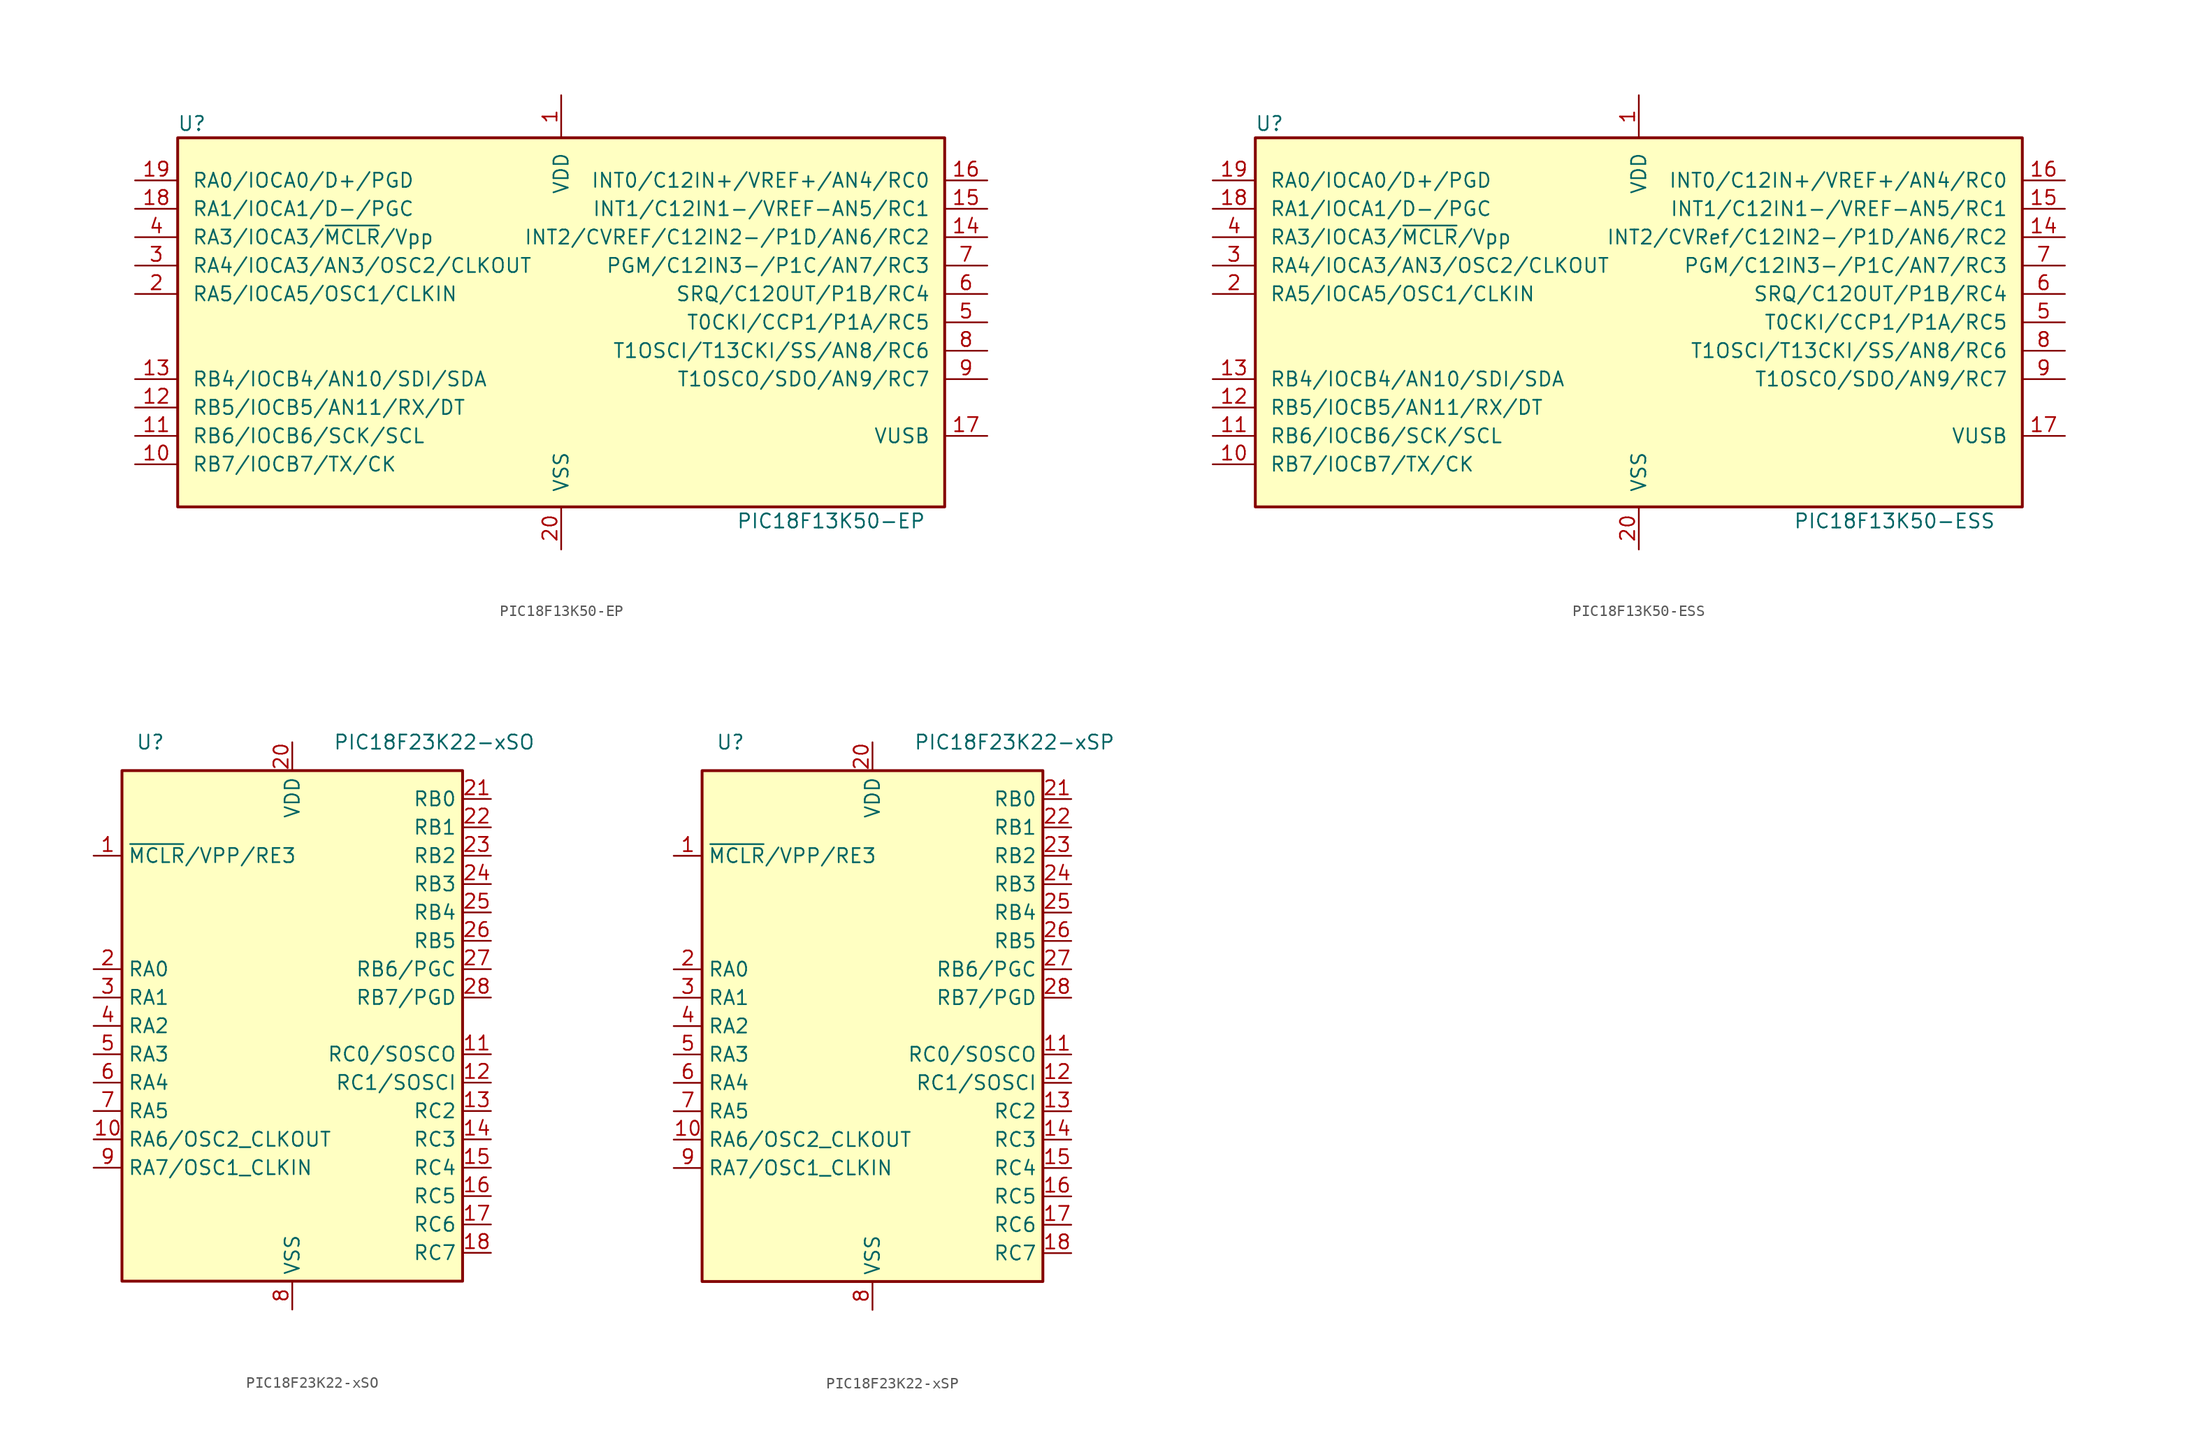
<source format=kicad_sym>
(kicad_symbol_lib
  (version 20241209)
  (generator "kicad_symbol_editor")
  (generator_version "9.0")
  (symbol "PIC18F13K50-EP"
    (pin_names
      (offset 1.27))
    (property "Reference" "U"
      (at -33.02 17.78 0)
      (effects (font (size 1.27 1.27))))
    (property "Value" "PIC18F13K50-EP"
      (at 24.13 -17.78 0)
      (effects (font (size 1.27 1.27))))
    (symbol "PIC18F13K50-EP_0_1"
      (rectangle (start -34.29 16.51) (end 34.29 -16.51) (stroke (width 0.254) (type default)) (fill (type background))))
    (symbol "PIC18F13K50-EP_1_1"
      (pin bidirectional line (at -38.1 12.7 0) (length 3.81) (name "RA0/IOCA0/D+/PGD" (effects (font (size 1.27 1.27)))) (number "19" (effects (font (size 1.27 1.27)))))
      (pin bidirectional line (at -38.1 10.16 0) (length 3.81) (name "RA1/IOCA1/D-/PGC" (effects (font (size 1.27 1.27)))) (number "18" (effects (font (size 1.27 1.27)))))
      (pin input line (at -38.1 7.62 0) (length 3.81) (name "RA3/IOCA3/~{MCLR}/Vpp" (effects (font (size 1.27 1.27)))) (number "4" (effects (font (size 1.27 1.27)))))
      (pin bidirectional line (at -38.1 5.08 0) (length 3.81) (name "RA4/IOCA3/AN3/OSC2/CLKOUT" (effects (font (size 1.27 1.27)))) (number "3" (effects (font (size 1.27 1.27)))))
      (pin bidirectional line (at -38.1 2.54 0) (length 3.81) (name "RA5/IOCA5/OSC1/CLKIN" (effects (font (size 1.27 1.27)))) (number "2" (effects (font (size 1.27 1.27)))))
      (pin bidirectional line (at -38.1 -5.08 0) (length 3.81) (name "RB4/IOCB4/AN10/SDI/SDA" (effects (font (size 1.27 1.27)))) (number "13" (effects (font (size 1.27 1.27)))))
      (pin bidirectional line (at -38.1 -7.62 0) (length 3.81) (name "RB5/IOCB5/AN11/RX/DT" (effects (font (size 1.27 1.27)))) (number "12" (effects (font (size 1.27 1.27)))))
      (pin bidirectional line (at -38.1 -10.16 0) (length 3.81) (name "RB6/IOCB6/SCK/SCL" (effects (font (size 1.27 1.27)))) (number "11" (effects (font (size 1.27 1.27)))))
      (pin bidirectional line (at -38.1 -12.7 0) (length 3.81) (name "RB7/IOCB7/TX/CK" (effects (font (size 1.27 1.27)))) (number "10" (effects (font (size 1.27 1.27)))))
      (pin power_in line (at 0 20.32 270) (length 3.81) (name "VDD" (effects (font (size 1.27 1.27)))) (number "1" (effects (font (size 1.27 1.27)))))
      (pin power_in line (at 0 -20.32 90) (length 3.81) (name "VSS" (effects (font (size 1.27 1.27)))) (number "20" (effects (font (size 1.27 1.27)))))
      (pin bidirectional line (at 38.1 12.7 180) (length 3.81) (name "INT0/C12IN+/VREF+/AN4/RC0" (effects (font (size 1.27 1.27)))) (number "16" (effects (font (size 1.27 1.27)))))
      (pin bidirectional line (at 38.1 10.16 180) (length 3.81) (name "INT1/C12IN1-/VREF-AN5/RC1" (effects (font (size 1.27 1.27)))) (number "15" (effects (font (size 1.27 1.27)))))
      (pin bidirectional line (at 38.1 7.62 180) (length 3.81) (name "INT2/CVREF/C12IN2-/P1D/AN6/RC2" (effects (font (size 1.27 1.27)))) (number "14" (effects (font (size 1.27 1.27)))))
      (pin bidirectional line (at 38.1 5.08 180) (length 3.81) (name "PGM/C12IN3-/P1C/AN7/RC3" (effects (font (size 1.27 1.27)))) (number "7" (effects (font (size 1.27 1.27)))))
      (pin bidirectional line (at 38.1 2.54 180) (length 3.81) (name "SRQ/C12OUT/P1B/RC4" (effects (font (size 1.27 1.27)))) (number "6" (effects (font (size 1.27 1.27)))))
      (pin bidirectional line (at 38.1 0 180) (length 3.81) (name "T0CKI/CCP1/P1A/RC5" (effects (font (size 1.27 1.27)))) (number "5" (effects (font (size 1.27 1.27)))))
      (pin bidirectional line (at 38.1 -2.54 180) (length 3.81) (name "T1OSCI/T13CKI/SS/AN8/RC6" (effects (font (size 1.27 1.27)))) (number "8" (effects (font (size 1.27 1.27)))))
      (pin bidirectional line (at 38.1 -5.08 180) (length 3.81) (name "T1OSCO/SDO/AN9/RC7" (effects (font (size 1.27 1.27)))) (number "9" (effects (font (size 1.27 1.27)))))
      (pin passive line (at 38.1 -10.16 180) (length 3.81) (name "VUSB" (effects (font (size 1.27 1.27)))) (number "17" (effects (font (size 1.27 1.27)))))))
  (symbol "PIC18F13K50-ESS"
    (pin_names
      (offset 1.27))
    (property "Reference" "U"
      (at -33.02 17.78 0)
      (effects (font (size 1.27 1.27))))
    (property "Value" "PIC18F13K50-ESS"
      (at 22.86 -17.78 0)
      (effects (font (size 1.27 1.27))))
    (symbol "PIC18F13K50-ESS_0_1"
      (rectangle (start -34.29 16.51) (end 34.29 -16.51) (stroke (width 0.254) (type default)) (fill (type background))))
    (symbol "PIC18F13K50-ESS_1_1"
      (pin bidirectional line (at -38.1 12.7 0) (length 3.81) (name "RA0/IOCA0/D+/PGD" (effects (font (size 1.27 1.27)))) (number "19" (effects (font (size 1.27 1.27)))))
      (pin bidirectional line (at -38.1 10.16 0) (length 3.81) (name "RA1/IOCA1/D-/PGC" (effects (font (size 1.27 1.27)))) (number "18" (effects (font (size 1.27 1.27)))))
      (pin input line (at -38.1 7.62 0) (length 3.81) (name "RA3/IOCA3/~{MCLR}/Vpp" (effects (font (size 1.27 1.27)))) (number "4" (effects (font (size 1.27 1.27)))))
      (pin bidirectional line (at -38.1 5.08 0) (length 3.81) (name "RA4/IOCA3/AN3/OSC2/CLKOUT" (effects (font (size 1.27 1.27)))) (number "3" (effects (font (size 1.27 1.27)))))
      (pin bidirectional line (at -38.1 2.54 0) (length 3.81) (name "RA5/IOCA5/OSC1/CLKIN" (effects (font (size 1.27 1.27)))) (number "2" (effects (font (size 1.27 1.27)))))
      (pin bidirectional line (at -38.1 -5.08 0) (length 3.81) (name "RB4/IOCB4/AN10/SDI/SDA" (effects (font (size 1.27 1.27)))) (number "13" (effects (font (size 1.27 1.27)))))
      (pin bidirectional line (at -38.1 -7.62 0) (length 3.81) (name "RB5/IOCB5/AN11/RX/DT" (effects (font (size 1.27 1.27)))) (number "12" (effects (font (size 1.27 1.27)))))
      (pin bidirectional line (at -38.1 -10.16 0) (length 3.81) (name "RB6/IOCB6/SCK/SCL" (effects (font (size 1.27 1.27)))) (number "11" (effects (font (size 1.27 1.27)))))
      (pin bidirectional line (at -38.1 -12.7 0) (length 3.81) (name "RB7/IOCB7/TX/CK" (effects (font (size 1.27 1.27)))) (number "10" (effects (font (size 1.27 1.27)))))
      (pin power_in line (at 0 20.32 270) (length 3.81) (name "VDD" (effects (font (size 1.27 1.27)))) (number "1" (effects (font (size 1.27 1.27)))))
      (pin power_in line (at 0 -20.32 90) (length 3.81) (name "VSS" (effects (font (size 1.27 1.27)))) (number "20" (effects (font (size 1.27 1.27)))))
      (pin bidirectional line (at 38.1 12.7 180) (length 3.81) (name "INT0/C12IN+/VREF+/AN4/RC0" (effects (font (size 1.27 1.27)))) (number "16" (effects (font (size 1.27 1.27)))))
      (pin bidirectional line (at 38.1 10.16 180) (length 3.81) (name "INT1/C12IN1-/VREF-AN5/RC1" (effects (font (size 1.27 1.27)))) (number "15" (effects (font (size 1.27 1.27)))))
      (pin bidirectional line (at 38.1 7.62 180) (length 3.81) (name "INT2/CVRef/C12IN2-/P1D/AN6/RC2" (effects (font (size 1.27 1.27)))) (number "14" (effects (font (size 1.27 1.27)))))
      (pin bidirectional line (at 38.1 5.08 180) (length 3.81) (name "PGM/C12IN3-/P1C/AN7/RC3" (effects (font (size 1.27 1.27)))) (number "7" (effects (font (size 1.27 1.27)))))
      (pin bidirectional line (at 38.1 2.54 180) (length 3.81) (name "SRQ/C12OUT/P1B/RC4" (effects (font (size 1.27 1.27)))) (number "6" (effects (font (size 1.27 1.27)))))
      (pin bidirectional line (at 38.1 0 180) (length 3.81) (name "T0CKI/CCP1/P1A/RC5" (effects (font (size 1.27 1.27)))) (number "5" (effects (font (size 1.27 1.27)))))
      (pin bidirectional line (at 38.1 -2.54 180) (length 3.81) (name "T1OSCI/T13CKI/SS/AN8/RC6" (effects (font (size 1.27 1.27)))) (number "8" (effects (font (size 1.27 1.27)))))
      (pin bidirectional line (at 38.1 -5.08 180) (length 3.81) (name "T1OSCO/SDO/AN9/RC7" (effects (font (size 1.27 1.27)))) (number "9" (effects (font (size 1.27 1.27)))))
      (pin passive line (at 38.1 -10.16 180) (length 3.81) (name "VUSB" (effects (font (size 1.27 1.27)))) (number "17" (effects (font (size 1.27 1.27)))))))
  (symbol "PIC18F23K22-xSO"
    (property "Reference" "U"
      (at -12.7 25.4 0)
      (effects (font (size 1.27 1.27))))
    (property "Value" "PIC18F23K22-xSO"
      (at 12.7 25.4 0)
      (effects (font (size 1.27 1.27))))
    (symbol "PIC18F23K22-xSO_1_1"
      (rectangle (start -15.24 22.86) (end 15.24 -22.86) (stroke (width 0.254) (type default)) (fill (type background)))
      (pin input line (at -17.78 15.24 0) (length 2.54) (name "~{MCLR}/VPP/RE3" (effects (font (size 1.27 1.27)))) (number "1" (effects (font (size 1.27 1.27)))))
      (pin bidirectional line (at -17.78 5.08 0) (length 2.54) (name "RA0" (effects (font (size 1.27 1.27)))) (number "2" (effects (font (size 1.27 1.27)))))
      (pin bidirectional line (at -17.78 2.54 0) (length 2.54) (name "RA1" (effects (font (size 1.27 1.27)))) (number "3" (effects (font (size 1.27 1.27)))))
      (pin bidirectional line (at -17.78 0 0) (length 2.54) (name "RA2" (effects (font (size 1.27 1.27)))) (number "4" (effects (font (size 1.27 1.27)))))
      (pin bidirectional line (at -17.78 -2.54 0) (length 2.54) (name "RA3" (effects (font (size 1.27 1.27)))) (number "5" (effects (font (size 1.27 1.27)))))
      (pin bidirectional line (at -17.78 -5.08 0) (length 2.54) (name "RA4" (effects (font (size 1.27 1.27)))) (number "6" (effects (font (size 1.27 1.27)))))
      (pin bidirectional line (at -17.78 -7.62 0) (length 2.54) (name "RA5" (effects (font (size 1.27 1.27)))) (number "7" (effects (font (size 1.27 1.27)))))
      (pin bidirectional line (at -17.78 -10.16 0) (length 2.54) (name "RA6/OSC2_CLKOUT" (effects (font (size 1.27 1.27)))) (number "10" (effects (font (size 1.27 1.27)))))
      (pin bidirectional line (at -17.78 -12.7 0) (length 2.54) (name "RA7/OSC1_CLKIN" (effects (font (size 1.27 1.27)))) (number "9" (effects (font (size 1.27 1.27)))))
      (pin power_in line (at 0 25.4 270) (length 2.54) (name "VDD" (effects (font (size 1.27 1.27)))) (number "20" (effects (font (size 1.27 1.27)))))
      (pin passive line (at 0 -25.4 90) (length 2.54) (hide yes) (name "VSS" (effects (font (size 1.27 1.27)))) (number "19" (effects (font (size 1.27 1.27)))))
      (pin power_in line (at 0 -25.4 90) (length 2.54) (name "VSS" (effects (font (size 1.27 1.27)))) (number "8" (effects (font (size 1.27 1.27)))))
      (pin bidirectional line (at 17.78 20.32 180) (length 2.54) (name "RB0" (effects (font (size 1.27 1.27)))) (number "21" (effects (font (size 1.27 1.27)))))
      (pin bidirectional line (at 17.78 17.78 180) (length 2.54) (name "RB1" (effects (font (size 1.27 1.27)))) (number "22" (effects (font (size 1.27 1.27)))))
      (pin bidirectional line (at 17.78 15.24 180) (length 2.54) (name "RB2" (effects (font (size 1.27 1.27)))) (number "23" (effects (font (size 1.27 1.27)))))
      (pin bidirectional line (at 17.78 12.7 180) (length 2.54) (name "RB3" (effects (font (size 1.27 1.27)))) (number "24" (effects (font (size 1.27 1.27)))))
      (pin bidirectional line (at 17.78 10.16 180) (length 2.54) (name "RB4" (effects (font (size 1.27 1.27)))) (number "25" (effects (font (size 1.27 1.27)))))
      (pin bidirectional line (at 17.78 7.62 180) (length 2.54) (name "RB5" (effects (font (size 1.27 1.27)))) (number "26" (effects (font (size 1.27 1.27)))))
      (pin bidirectional line (at 17.78 5.08 180) (length 2.54) (name "RB6/PGC" (effects (font (size 1.27 1.27)))) (number "27" (effects (font (size 1.27 1.27)))))
      (pin bidirectional line (at 17.78 2.54 180) (length 2.54) (name "RB7/PGD" (effects (font (size 1.27 1.27)))) (number "28" (effects (font (size 1.27 1.27)))))
      (pin bidirectional line (at 17.78 -2.54 180) (length 2.54) (name "RC0/SOSCO" (effects (font (size 1.27 1.27)))) (number "11" (effects (font (size 1.27 1.27)))))
      (pin bidirectional line (at 17.78 -5.08 180) (length 2.54) (name "RC1/SOSCI" (effects (font (size 1.27 1.27)))) (number "12" (effects (font (size 1.27 1.27)))))
      (pin bidirectional line (at 17.78 -7.62 180) (length 2.54) (name "RC2" (effects (font (size 1.27 1.27)))) (number "13" (effects (font (size 1.27 1.27)))))
      (pin bidirectional line (at 17.78 -10.16 180) (length 2.54) (name "RC3" (effects (font (size 1.27 1.27)))) (number "14" (effects (font (size 1.27 1.27)))))
      (pin bidirectional line (at 17.78 -12.7 180) (length 2.54) (name "RC4" (effects (font (size 1.27 1.27)))) (number "15" (effects (font (size 1.27 1.27)))))
      (pin bidirectional line (at 17.78 -15.24 180) (length 2.54) (name "RC5" (effects (font (size 1.27 1.27)))) (number "16" (effects (font (size 1.27 1.27)))))
      (pin bidirectional line (at 17.78 -17.78 180) (length 2.54) (name "RC6" (effects (font (size 1.27 1.27)))) (number "17" (effects (font (size 1.27 1.27)))))
      (pin bidirectional line (at 17.78 -20.32 180) (length 2.54) (name "RC7" (effects (font (size 1.27 1.27)))) (number "18" (effects (font (size 1.27 1.27)))))))
  (symbol "PIC18F23K22-xSP"
    (property "Reference" "U"
      (at -12.7 25.4 0)
      (effects (font (size 1.27 1.27))))
    (property "Value" "PIC18F23K22-xSP"
      (at 12.7 25.4 0)
      (effects (font (size 1.27 1.27))))
    (symbol "PIC18F23K22-xSP_1_1"
      (rectangle (start -15.24 22.86) (end 15.24 -22.86) (stroke (width 0.254) (type default)) (fill (type background)))
      (pin input line (at -17.78 15.24 0) (length 2.54) (name "~{MCLR}/VPP/RE3" (effects (font (size 1.27 1.27)))) (number "1" (effects (font (size 1.27 1.27)))))
      (pin bidirectional line (at -17.78 5.08 0) (length 2.54) (name "RA0" (effects (font (size 1.27 1.27)))) (number "2" (effects (font (size 1.27 1.27)))))
      (pin bidirectional line (at -17.78 2.54 0) (length 2.54) (name "RA1" (effects (font (size 1.27 1.27)))) (number "3" (effects (font (size 1.27 1.27)))))
      (pin bidirectional line (at -17.78 0 0) (length 2.54) (name "RA2" (effects (font (size 1.27 1.27)))) (number "4" (effects (font (size 1.27 1.27)))))
      (pin bidirectional line (at -17.78 -2.54 0) (length 2.54) (name "RA3" (effects (font (size 1.27 1.27)))) (number "5" (effects (font (size 1.27 1.27)))))
      (pin bidirectional line (at -17.78 -5.08 0) (length 2.54) (name "RA4" (effects (font (size 1.27 1.27)))) (number "6" (effects (font (size 1.27 1.27)))))
      (pin bidirectional line (at -17.78 -7.62 0) (length 2.54) (name "RA5" (effects (font (size 1.27 1.27)))) (number "7" (effects (font (size 1.27 1.27)))))
      (pin bidirectional line (at -17.78 -10.16 0) (length 2.54) (name "RA6/OSC2_CLKOUT" (effects (font (size 1.27 1.27)))) (number "10" (effects (font (size 1.27 1.27)))))
      (pin bidirectional line (at -17.78 -12.7 0) (length 2.54) (name "RA7/OSC1_CLKIN" (effects (font (size 1.27 1.27)))) (number "9" (effects (font (size 1.27 1.27)))))
      (pin power_in line (at 0 25.4 270) (length 2.54) (name "VDD" (effects (font (size 1.27 1.27)))) (number "20" (effects (font (size 1.27 1.27)))))
      (pin passive line (at 0 -25.4 90) (length 2.54) (hide yes) (name "VSS" (effects (font (size 1.27 1.27)))) (number "19" (effects (font (size 1.27 1.27)))))
      (pin power_in line (at 0 -25.4 90) (length 2.54) (name "VSS" (effects (font (size 1.27 1.27)))) (number "8" (effects (font (size 1.27 1.27)))))
      (pin bidirectional line (at 17.78 20.32 180) (length 2.54) (name "RB0" (effects (font (size 1.27 1.27)))) (number "21" (effects (font (size 1.27 1.27)))))
      (pin bidirectional line (at 17.78 17.78 180) (length 2.54) (name "RB1" (effects (font (size 1.27 1.27)))) (number "22" (effects (font (size 1.27 1.27)))))
      (pin bidirectional line (at 17.78 15.24 180) (length 2.54) (name "RB2" (effects (font (size 1.27 1.27)))) (number "23" (effects (font (size 1.27 1.27)))))
      (pin bidirectional line (at 17.78 12.7 180) (length 2.54) (name "RB3" (effects (font (size 1.27 1.27)))) (number "24" (effects (font (size 1.27 1.27)))))
      (pin bidirectional line (at 17.78 10.16 180) (length 2.54) (name "RB4" (effects (font (size 1.27 1.27)))) (number "25" (effects (font (size 1.27 1.27)))))
      (pin bidirectional line (at 17.78 7.62 180) (length 2.54) (name "RB5" (effects (font (size 1.27 1.27)))) (number "26" (effects (font (size 1.27 1.27)))))
      (pin bidirectional line (at 17.78 5.08 180) (length 2.54) (name "RB6/PGC" (effects (font (size 1.27 1.27)))) (number "27" (effects (font (size 1.27 1.27)))))
      (pin bidirectional line (at 17.78 2.54 180) (length 2.54) (name "RB7/PGD" (effects (font (size 1.27 1.27)))) (number "28" (effects (font (size 1.27 1.27)))))
      (pin bidirectional line (at 17.78 -2.54 180) (length 2.54) (name "RC0/SOSCO" (effects (font (size 1.27 1.27)))) (number "11" (effects (font (size 1.27 1.27)))))
      (pin bidirectional line (at 17.78 -5.08 180) (length 2.54) (name "RC1/SOSCI" (effects (font (size 1.27 1.27)))) (number "12" (effects (font (size 1.27 1.27)))))
      (pin bidirectional line (at 17.78 -7.62 180) (length 2.54) (name "RC2" (effects (font (size 1.27 1.27)))) (number "13" (effects (font (size 1.27 1.27)))))
      (pin bidirectional line (at 17.78 -10.16 180) (length 2.54) (name "RC3" (effects (font (size 1.27 1.27)))) (number "14" (effects (font (size 1.27 1.27)))))
      (pin bidirectional line (at 17.78 -12.7 180) (length 2.54) (name "RC4" (effects (font (size 1.27 1.27)))) (number "15" (effects (font (size 1.27 1.27)))))
      (pin bidirectional line (at 17.78 -15.24 180) (length 2.54) (name "RC5" (effects (font (size 1.27 1.27)))) (number "16" (effects (font (size 1.27 1.27)))))
      (pin bidirectional line (at 17.78 -17.78 180) (length 2.54) (name "RC6" (effects (font (size 1.27 1.27)))) (number "17" (effects (font (size 1.27 1.27)))))
      (pin bidirectional line (at 17.78 -20.32 180) (length 2.54) (name "RC7" (effects (font (size 1.27 1.27)))) (number "18" (effects (font (size 1.27 1.27))))))))
</source>
